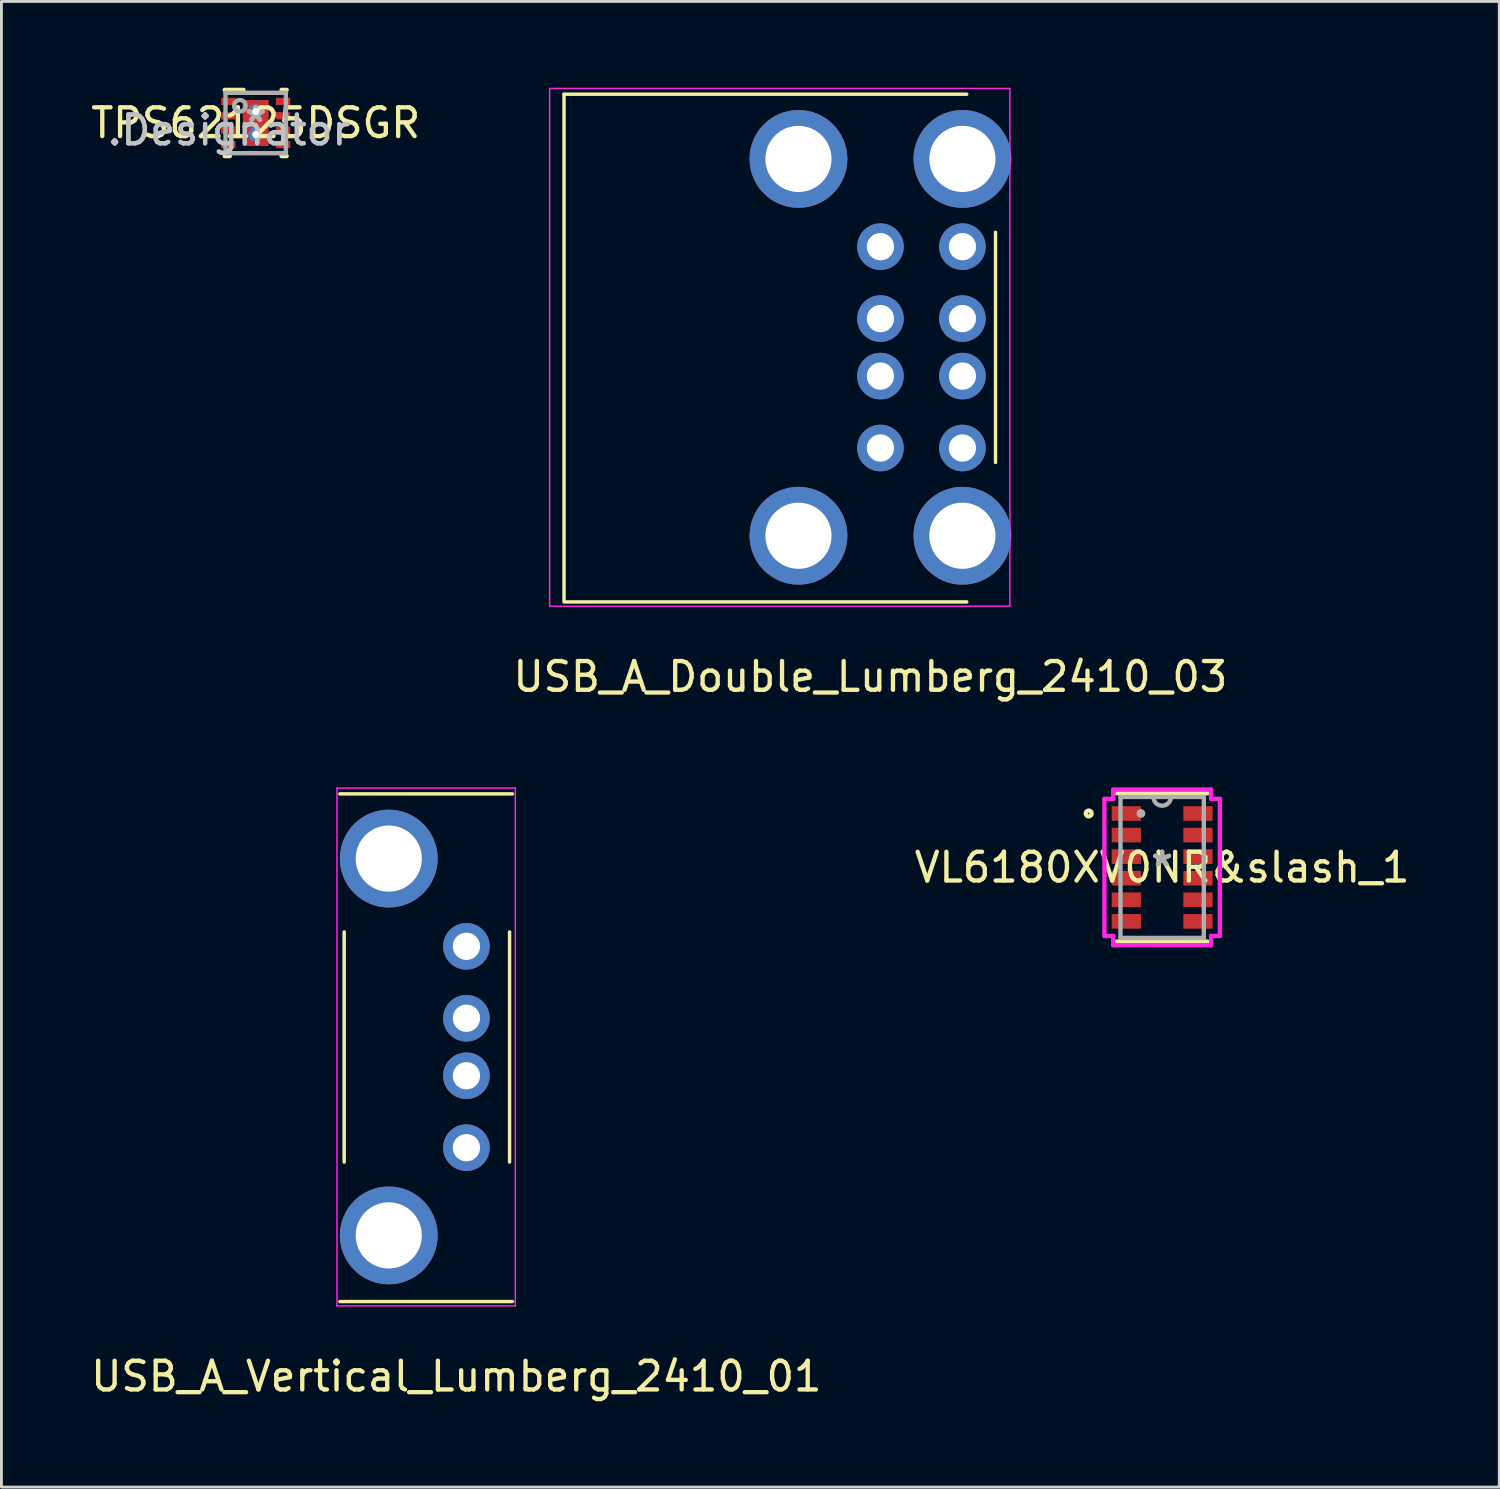
<source format=kicad_pcb>
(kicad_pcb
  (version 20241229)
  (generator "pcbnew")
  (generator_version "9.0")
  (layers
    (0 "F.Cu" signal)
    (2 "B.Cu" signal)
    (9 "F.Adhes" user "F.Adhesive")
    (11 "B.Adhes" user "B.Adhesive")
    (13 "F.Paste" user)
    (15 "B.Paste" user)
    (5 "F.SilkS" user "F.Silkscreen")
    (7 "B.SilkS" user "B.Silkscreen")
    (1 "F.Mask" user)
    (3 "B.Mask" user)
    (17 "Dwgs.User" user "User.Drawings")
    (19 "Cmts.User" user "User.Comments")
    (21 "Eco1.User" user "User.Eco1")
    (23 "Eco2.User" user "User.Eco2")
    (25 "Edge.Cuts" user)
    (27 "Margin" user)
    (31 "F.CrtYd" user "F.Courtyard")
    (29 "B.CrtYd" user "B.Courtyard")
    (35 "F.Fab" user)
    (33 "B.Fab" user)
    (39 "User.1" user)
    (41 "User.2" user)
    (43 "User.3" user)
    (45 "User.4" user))
  (footprint "VL6180XV0NR&slash_1"
    (layer "F.Cu")
    (at 37.351 27.105)
    (property "Reference" "VL6180XV0NR&slash_1" (at 0 0 0) (layer "F.SilkS") (effects (font (size 1 1) (thickness 0.15))))
    (attr through_hole)
    (fp_line (start -1.575 2.578) (end 1.575 2.578) (stroke (width 0.152) (type solid)) (layer "F.SilkS"))
    (fp_line (start 1.575 -2.578) (end -1.575 -2.578) (stroke (width 0.152) (type solid)) (layer "F.SilkS"))
    (fp_circle (center -2.553 -1.875) (end -2.452 -1.875) (stroke (width 0.152) (type solid)) (fill no) (layer "F.SilkS"))
    (fp_line (start -2.007 -2.383) (end -1.702 -2.383) (stroke (width 0.152) (type solid)) (layer "F.CrtYd"))
    (fp_line (start -2.007 2.383) (end -2.007 -2.383) (stroke (width 0.152) (type solid)) (layer "F.CrtYd"))
    (fp_line (start -1.702 -2.705) (end 1.702 -2.705) (stroke (width 0.152) (type solid)) (layer "F.CrtYd"))
    (fp_line (start -1.702 -2.383) (end -1.702 -2.705) (stroke (width 0.152) (type solid)) (layer "F.CrtYd"))
    (fp_line (start -1.702 2.383) (end -2.007 2.383) (stroke (width 0.152) (type solid)) (layer "F.CrtYd"))
    (fp_line (start -1.702 2.705) (end -1.702 2.383) (stroke (width 0.152) (type solid)) (layer "F.CrtYd"))
    (fp_line (start 1.702 -2.705) (end 1.702 -2.383) (stroke (width 0.152) (type solid)) (layer "F.CrtYd"))
    (fp_line (start 1.702 -2.383) (end 2.007 -2.383) (stroke (width 0.152) (type solid)) (layer "F.CrtYd"))
    (fp_line (start 1.702 2.383) (end 1.702 2.705) (stroke (width 0.152) (type solid)) (layer "F.CrtYd"))
    (fp_line (start 1.702 2.705) (end -1.702 2.705) (stroke (width 0.152) (type solid)) (layer "F.CrtYd"))
    (fp_line (start 2.007 -2.383) (end 2.007 2.383) (stroke (width 0.152) (type solid)) (layer "F.CrtYd"))
    (fp_line (start 2.007 2.383) (end 1.702 2.383) (stroke (width 0.152) (type solid)) (layer "F.CrtYd"))
    (fp_line (start -1.448 -2.451) (end -1.448 2.451) (stroke (width 0.152) (type solid)) (layer "F.Fab"))
    (fp_line (start -1.448 2.451) (end 1.448 2.451) (stroke (width 0.152) (type solid)) (layer "F.Fab"))
    (fp_line (start 1.448 -2.451) (end -1.448 -2.451) (stroke (width 0.152) (type solid)) (layer "F.Fab"))
    (fp_line (start 1.448 2.451) (end 1.448 -2.451) (stroke (width 0.152) (type solid)) (layer "F.Fab"))
    (fp_arc (start 0.3048 -2.4511) (mid 0 -2.1463) (end -0.3048 -2.4511) (stroke (width 0.1524) (type solid)) (layer "F.Fab"))
    (fp_circle (center -0.737 -1.875) (end -0.66 -1.875) (stroke (width 0.152) (type solid)) (fill no) (layer "F.Fab"))
    (fp_text user "*" (at 0 0 0) (layer "F.SilkS") (effects (font (size 1 1) (thickness 0.15))))
    (fp_text user "Copyright 2016 Accelerated Designs. All rights reserved." (at 0 0 0) (layer "Cmts.User") (effects (font (size 0.127 0.127) (thickness 0.002))))
    (fp_text user "*" (at 0 0 0) (layer "F.Fab") (effects (font (size 1 1) (thickness 0.15))))
    (pad "1" smd rect (at -1.245 -1.875) (size 1.016 0.508) (layers "F.Cu" "F.Mask" "F.Paste"))
    (pad "2" smd rect (at -1.245 -1.125) (size 1.016 0.508) (layers "F.Cu" "F.Mask" "F.Paste"))
    (pad "3" smd rect (at -1.245 -0.375) (size 1.016 0.508) (layers "F.Cu" "F.Mask" "F.Paste"))
    (pad "4" smd rect (at -1.245 0.375) (size 1.016 0.508) (layers "F.Cu" "F.Mask" "F.Paste"))
    (pad "5" smd rect (at -1.245 1.125) (size 1.016 0.508) (layers "F.Cu" "F.Mask" "F.Paste"))
    (pad "6" smd rect (at -1.245 1.875) (size 1.016 0.508) (layers "F.Cu" "F.Mask" "F.Paste"))
    (pad "7" smd rect (at 1.245 1.875) (size 1.016 0.508) (layers "F.Cu" "F.Mask" "F.Paste"))
    (pad "8" smd rect (at 1.245 1.125) (size 1.016 0.508) (layers "F.Cu" "F.Mask" "F.Paste"))
    (pad "9" smd rect (at 1.245 0.375) (size 1.016 0.508) (layers "F.Cu" "F.Mask" "F.Paste"))
    (pad "10" smd rect (at 1.245 -0.375) (size 1.016 0.508) (layers "F.Cu" "F.Mask" "F.Paste"))
    (pad "11" smd rect (at 1.245 -1.125) (size 1.016 0.508) (layers "F.Cu" "F.Mask" "F.Paste"))
    (pad "12" smd rect (at 1.245 -1.875) (size 1.016 0.508) (layers "F.Cu" "F.Mask" "F.Paste")))
  (footprint "USB_A_Double_Lumberg_2410_03"
    (layer "F.Cu")
    (at 27.558 9.025)
    (property "Reference" "USB_A_Double_Lumberg_2410_03" (at -0.35 11.45 0) (layer "F.SilkS") (effects (font (size 1 1) (thickness 0.15))))
    (attr through_hole)
    (fp_line (start -11 -8.8) (end -11 8.8) (stroke (width 0.12) (type solid)) (layer "F.SilkS"))
    (fp_line (start -11 -8.8) (end 3 -8.8) (stroke (width 0.12) (type solid)) (layer "F.SilkS"))
    (fp_line (start -11 8.85) (end 3 8.85) (stroke (width 0.12) (type solid)) (layer "F.SilkS"))
    (fp_line (start 4 -4) (end 4 4) (stroke (width 0.12) (type solid)) (layer "F.SilkS"))
    (fp_line (start -11.5 -9) (end 4.5 -9) (stroke (width 0.05) (type solid)) (layer "F.CrtYd"))
    (fp_line (start -11.5 9) (end -11.5 -9) (stroke (width 0.05) (type solid)) (layer "F.CrtYd"))
    (fp_line (start -11.5 9) (end 4.5 9) (stroke (width 0.05) (type solid)) (layer "F.CrtYd"))
    (fp_line (start 4.5 -9) (end 4.5 9) (stroke (width 0.05) (type solid)) (layer "F.CrtYd"))
    (pad "1" thru_hole circle (at 0 -3.5) (size 1.62 1.62) (drill 0.95) (layers "*.Cu" "*.Mask"))
    (pad "2" thru_hole circle (at 0 -1) (size 1.62 1.62) (drill 0.95) (layers "*.Cu" "*.Mask"))
    (pad "3" thru_hole circle (at 0 1) (size 1.62 1.62) (drill 0.95) (layers "*.Cu" "*.Mask"))
    (pad "4" thru_hole circle (at 0 3.5) (size 1.62 1.62) (drill 0.95) (layers "*.Cu" "*.Mask"))
    (pad "5" thru_hole circle (at 2.85 -3.5) (size 1.62 1.62) (drill 0.95) (layers "*.Cu" "*.Mask"))
    (pad "6" thru_hole circle (at 2.85 -1) (size 1.62 1.62) (drill 0.95) (layers "*.Cu" "*.Mask"))
    (pad "7" thru_hole circle (at 2.85 1) (size 1.62 1.62) (drill 0.95) (layers "*.Cu" "*.Mask"))
    (pad "8" thru_hole circle (at 2.85 3.5) (size 1.62 1.62) (drill 0.95) (layers "*.Cu" "*.Mask"))
    (pad "9" thru_hole circle (at -2.85 -6.55) (size 3.4 3.4) (drill 2.3) (layers "*.Cu" "*.Mask"))
    (pad "9" thru_hole circle (at -2.85 6.55) (size 3.4 3.4) (drill 2.3) (layers "*.Cu" "*.Mask"))
    (pad "9" thru_hole circle (at 2.85 -6.55) (size 3.4 3.4) (drill 2.3) (layers "*.Cu" "*.Mask"))
    (pad "9" thru_hole circle (at 2.85 6.55) (size 3.4 3.4) (drill 2.3) (layers "*.Cu" "*.Mask")))
  (footprint "TPS62125DSGR"
    (layer "F.Cu")
    (at 5.839 1.226)
    (property "Reference" "TPS62125DSGR" (at 0 0 0) (layer "F.SilkS") (effects (font (size 1 1) (thickness 0.15))))
    (attr through_hole)
    (fp_line (start -1.075 -1.15) (end -0.425 -1.15) (stroke (width 0.152) (type solid)) (layer "F.SilkS"))
    (fp_line (start -1.075 1.15) (end -0.9 1.15) (stroke (width 0.152) (type solid)) (layer "F.SilkS"))
    (fp_line (start 0.9 -1.15) (end 1.075 -1.15) (stroke (width 0.152) (type solid)) (layer "F.SilkS"))
    (fp_line (start 0.9 1.15) (end 1.075 1.15) (stroke (width 0.152) (type solid)) (layer "F.SilkS"))
    (fp_line (start -0.427 -0.733) (end -0.427 0.733) (stroke (width 0.152) (type solid)) (layer "F.Paste"))
    (fp_line (start -0.427 0.733) (end 0.427 0.733) (stroke (width 0.152) (type solid)) (layer "F.Paste"))
    (fp_line (start 0.427 -0.733) (end -0.427 -0.733) (stroke (width 0.152) (type solid)) (layer "F.Paste"))
    (fp_line (start 0.427 0.733) (end 0.427 -0.733) (stroke (width 0.152) (type solid)) (layer "F.Paste"))
    (fp_line (start -1.05 -1.05) (end 1.05 -1.05) (stroke (width 0.152) (type solid)) (layer "F.Fab"))
    (fp_line (start -1.05 1.05) (end -1.05 -1.05) (stroke (width 0.152) (type solid)) (layer "F.Fab"))
    (fp_line (start -1.05 1.05) (end 1.05 1.05) (stroke (width 0.152) (type solid)) (layer "F.Fab"))
    (fp_line (start 1.05 1.05) (end 1.05 -1.05) (stroke (width 0.152) (type solid)) (layer "F.Fab"))
    (fp_circle (center -0.55 -0.6) (end -0.35 -0.6) (stroke (width 0.152) (type solid)) (fill no) (layer "F.Fab"))
    (fp_text user "*" (at 0 0 0) (layer "F.SilkS") (effects (font (size 1 1) (thickness 0.15))))
    (fp_text user ".Designator" (at -0.925 0.25 0) (layer "Dwgs.User") (effects (font (size 1 1) (thickness 0.15))))
    (fp_text user "Copyright 2016 Accelerated Designs. All rights reserved." (at 0 0 0) (layer "Cmts.User") (effects (font (size 0.127 0.127) (thickness 0.002))))
    (fp_text user ".Designator" (at -0.925 0.25 0) (layer "F.Fab") (effects (font (size 1 1) (thickness 0.15))))
    (fp_text user "*" (at 0 0 0) (layer "F.Fab") (effects (font (size 1 1) (thickness 0.15))))
    (pad "1" smd rect (at -0.95 -0.75 90) (size 0.25 0.5) (layers "F.Cu" "F.Mask" "F.Paste"))
    (pad "2" smd rect (at -0.95 -0.25 90) (size 0.25 0.5) (layers "F.Cu" "F.Mask" "F.Paste"))
    (pad "3" smd rect (at -0.95 0.25 90) (size 0.25 0.5) (layers "F.Cu" "F.Mask" "F.Paste"))
    (pad "4" smd rect (at -0.95 0.75 90) (size 0.25 0.5) (layers "F.Cu" "F.Mask" "F.Paste"))
    (pad "5" smd rect (at 0.95 0.75 90) (size 0.25 0.5) (layers "F.Cu" "F.Mask" "F.Paste"))
    (pad "6" smd rect (at 0.95 0.25 90) (size 0.25 0.5) (layers "F.Cu" "F.Mask" "F.Paste"))
    (pad "7" smd rect (at 0.95 -0.25 90) (size 0.25 0.5) (layers "F.Cu" "F.Mask" "F.Paste"))
    (pad "8" smd rect (at 0.95 -0.75 90) (size 0.25 0.5) (layers "F.Cu" "F.Mask" "F.Paste"))
    (pad "9" thru_hole circle (at 0 -0.4) (size 0.5 0.5) (drill 0.25) (layers "*.Cu" "*.Mask"))
    (pad "9" smd rect (at 0 -0.000003) (size 0.9 1.6) (layers "F.Cu" "F.Mask" "F.Paste"))
    (pad "9" thru_hole circle (at 0 0.4) (size 0.5 0.5) (drill 0.25) (layers "*.Cu" "*.Mask")))
  (footprint "USB_A_Vertical_Lumberg_2410_01"
    (layer "F.Cu")
    (at 13.165 33.348)
    (property "Reference" "USB_A_Vertical_Lumberg_2410_01" (at -0.35 11.45 0) (layer "F.SilkS") (effects (font (size 1 1) (thickness 0.15))))
    (attr through_hole)
    (fp_line (start -4.4 -8.8) (end 1.6 -8.8) (stroke (width 0.12) (type solid)) (layer "F.SilkS"))
    (fp_line (start -4.4 8.85) (end 1.6 8.85) (stroke (width 0.12) (type solid)) (layer "F.SilkS"))
    (fp_line (start -4.25 -4) (end -4.25 4) (stroke (width 0.12) (type solid)) (layer "F.SilkS"))
    (fp_line (start 1.5 -4) (end 1.5 4) (stroke (width 0.12) (type solid)) (layer "F.SilkS"))
    (fp_line (start -4.5 -9) (end 1.7 -9) (stroke (width 0.05) (type solid)) (layer "F.CrtYd"))
    (fp_line (start -4.5 9) (end -4.5 -9) (stroke (width 0.05) (type solid)) (layer "F.CrtYd"))
    (fp_line (start -4.5 9) (end 1.7 9) (stroke (width 0.05) (type solid)) (layer "F.CrtYd"))
    (fp_line (start 1.7 -9) (end 1.7 9) (stroke (width 0.05) (type solid)) (layer "F.CrtYd"))
    (pad "1" thru_hole circle (at 0 -3.5) (size 1.62 1.62) (drill 0.95) (layers "*.Cu" "*.Mask"))
    (pad "2" thru_hole circle (at 0 -1) (size 1.62 1.62) (drill 0.95) (layers "*.Cu" "*.Mask"))
    (pad "3" thru_hole circle (at 0 1) (size 1.62 1.62) (drill 0.95) (layers "*.Cu" "*.Mask"))
    (pad "4" thru_hole circle (at 0 3.5) (size 1.62 1.62) (drill 0.95) (layers "*.Cu" "*.Mask"))
    (pad "5" thru_hole circle (at -2.7 -6.55) (size 3.4 3.4) (drill 2.3) (layers "*.Cu" "*.Mask"))
    (pad "5" thru_hole circle (at -2.7 6.55) (size 3.4 3.4) (drill 2.3) (layers "*.Cu" "*.Mask")))
  (gr_rect
    (start -3 -3)
    (end 49.071 48.647)
    (stroke (width 0.1) (type default))
    (fill no)
    (layer "Edge.Cuts")))
</source>
